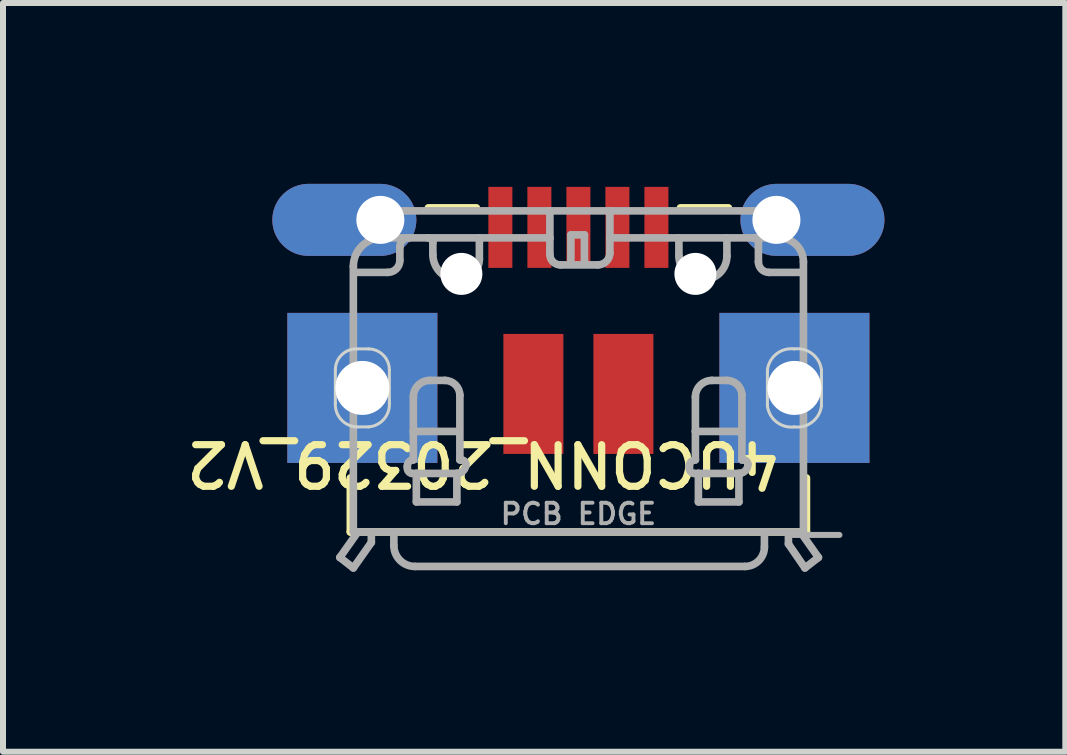
<source format=kicad_pcb>
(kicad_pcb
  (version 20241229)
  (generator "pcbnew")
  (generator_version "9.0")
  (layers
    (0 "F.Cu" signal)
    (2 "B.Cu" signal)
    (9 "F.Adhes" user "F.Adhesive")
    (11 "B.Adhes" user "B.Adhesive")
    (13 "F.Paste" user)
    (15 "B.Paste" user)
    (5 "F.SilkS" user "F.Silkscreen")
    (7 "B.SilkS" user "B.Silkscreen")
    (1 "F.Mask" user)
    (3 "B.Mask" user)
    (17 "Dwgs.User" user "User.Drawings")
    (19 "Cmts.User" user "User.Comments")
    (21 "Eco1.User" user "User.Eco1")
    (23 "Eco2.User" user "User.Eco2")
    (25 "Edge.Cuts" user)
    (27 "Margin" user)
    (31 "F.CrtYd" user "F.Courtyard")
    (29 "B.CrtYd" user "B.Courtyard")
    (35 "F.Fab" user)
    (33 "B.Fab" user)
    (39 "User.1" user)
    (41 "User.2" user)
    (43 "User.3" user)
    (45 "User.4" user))
  (footprint "4UCONN_20329_V2"
    (layer "F.Cu")
    (at 6.588 1.514)
    (property "Reference" "4UCONN_20329_V2" (at -6.588 3.566 180) (unlocked yes) (layer "F.SilkS") (effects (font (size 0.693 0.693) (thickness 0.12)) (justify right top)))
    (fp_poly (pts (xy -1.55 -0.05) (xy -1.05 -0.05) (xy -1.05 -1.5) (xy -1.55 -1.5)) (stroke (width 0) (type default)) (fill yes) (layer "F.Mask"))
    (fp_poly (pts (xy -0.9 -0.05) (xy -0.4 -0.05) (xy -0.4 -1.5) (xy -0.9 -1.5)) (stroke (width 0) (type default)) (fill yes) (layer "F.Mask"))
    (fp_poly (pts (xy -0.25 -0.05) (xy 0.25 -0.05) (xy 0.25 -1.5) (xy -0.25 -1.5)) (stroke (width 0) (type default)) (fill yes) (layer "F.Mask"))
    (fp_poly (pts (xy 0.4 -0.05) (xy 0.9 -0.05) (xy 0.9 -1.5) (xy 0.4 -1.5)) (stroke (width 0) (type default)) (fill yes) (layer "F.Mask"))
    (fp_poly (pts (xy 1.05 -0.05) (xy 1.55 -0.05) (xy 1.55 -1.5) (xy 1.05 -1.5)) (stroke (width 0) (type default)) (fill yes) (layer "F.Mask"))
    (fp_line (start -3.8 3.4) (end -3.8 4.3) (stroke (width 0.127) (type solid)) (layer "F.SilkS"))
    (fp_line (start -3.8 4.3) (end 3.8 4.3) (stroke (width 0.127) (type solid)) (layer "F.SilkS"))
    (fp_line (start -2.5 -1.1) (end -1.7 -1.1) (stroke (width 0.127) (type solid)) (layer "F.SilkS"))
    (fp_line (start 1.7 -1.1) (end 2.5 -1.1) (stroke (width 0.127) (type solid)) (layer "F.SilkS"))
    (fp_line (start 3.8 4.3) (end 3.8 3.4) (stroke (width 0.127) (type solid)) (layer "F.SilkS"))
    (fp_poly (pts (xy -4.85 3.15) (xy -2.35 3.15) (xy -2.35 0.65) (xy -4.85 0.65)) (stroke (width 0) (type default)) (fill yes) (layer "F.Paste"))
    (fp_poly (pts (xy 2.35 3.15) (xy 4.85 3.15) (xy 4.85 0.65) (xy 2.35 0.65)) (stroke (width 0) (type default)) (fill yes) (layer "F.Paste"))
    (fp_poly (pts (xy -3.186 -1.499) (xy -3.03 -1.442) (xy -2.893 -1.346) (xy -2.786 -1.219) (xy -2.715 -1.067) (xy -2.686 -0.9) (xy -2.715 -0.733) (xy -2.786 -0.581) (xy -2.893 -0.454) (xy -3.03 -0.358) (xy -3.186 -0.301) (xy -3.347 -0.286) (xy -4.457 -0.286) (xy -4.767 -0.355) (xy -4.907 -0.454) (xy -5.014 -0.581) (xy -5.085 -0.733) (xy -5.115 -0.904) (xy -5.017 -1.215) (xy -4.907 -1.346) (xy -4.77 -1.442) (xy -4.614 -1.499) (xy -4.453 -1.514) (xy -3.347 -1.514)) (stroke (width 0) (type default)) (fill yes) (layer "F.Paste"))
    (fp_poly (pts (xy 4.614 -1.499) (xy 4.77 -1.442) (xy 4.907 -1.346) (xy 5.014 -1.219) (xy 5.085 -1.067) (xy 5.114 -0.9) (xy 5.085 -0.733) (xy 5.014 -0.581) (xy 4.907 -0.454) (xy 4.77 -0.358) (xy 4.614 -0.301) (xy 4.453 -0.286) (xy 3.343 -0.286) (xy 3.033 -0.355) (xy 2.893 -0.454) (xy 2.786 -0.581) (xy 2.715 -0.733) (xy 2.685 -0.904) (xy 2.783 -1.215) (xy 2.893 -1.346) (xy 3.03 -1.442) (xy 3.186 -1.499) (xy 3.347 -1.514) (xy 4.453 -1.514)) (stroke (width 0) (type default)) (fill yes) (layer "F.Paste"))
    (fp_line (start -4.05 2.15) (end -4.05 1.6) (stroke (width 0.05) (type solid)) (layer "Edge.Cuts"))
    (fp_line (start -3.7 1.25) (end -3.5 1.25) (stroke (width 0.05) (type solid)) (layer "Edge.Cuts"))
    (fp_line (start -3.5 2.55) (end -3.7 2.55) (stroke (width 0.05) (type solid)) (layer "Edge.Cuts"))
    (fp_line (start -3.15 1.6) (end -3.15 2.15) (stroke (width 0.05) (type solid)) (layer "Edge.Cuts"))
    (fp_line (start 3.15 2.2) (end 3.15 1.6) (stroke (width 0.05) (type solid)) (layer "Edge.Cuts"))
    (fp_line (start 4.05 1.6) (end 4.05 2.2) (stroke (width 0.05) (type solid)) (layer "Edge.Cuts"))
    (fp_arc (start -4.05 1.6) (mid -3.947487 1.352513) (end -3.7 1.25) (stroke (width 0.05) (type solid)) (layer "Edge.Cuts"))
    (fp_arc (start -3.7 2.55) (mid -3.957843 2.422487) (end -4.05 2.15) (stroke (width 0.05) (type solid)) (layer "Edge.Cuts"))
    (fp_arc (start -3.5 1.25) (mid -3.252513 1.352513) (end -3.15 1.6) (stroke (width 0.05) (type solid)) (layer "Edge.Cuts"))
    (fp_arc (start -3.15 2.15) (mid -3.242157 2.422487) (end -3.5 2.55) (stroke (width 0.05) (type solid)) (layer "Edge.Cuts"))
    (fp_arc (start 3.15 1.6) (mid 3.302513 1.331802) (end 3.6 1.25) (stroke (width 0.05) (type solid)) (layer "Edge.Cuts"))
    (fp_arc (start 3.6 1.25) (mid 3.897487 1.331802) (end 4.05 1.6) (stroke (width 0.05) (type solid)) (layer "Edge.Cuts"))
    (fp_arc (start 3.6 2.55) (mid 3.302513 2.468198) (end 3.15 2.2) (stroke (width 0.05) (type solid)) (layer "Edge.Cuts"))
    (fp_arc (start 4.05 2.2) (mid 3.897487 2.468198) (end 3.6 2.55) (stroke (width 0.05) (type solid)) (layer "Edge.Cuts"))
    (fp_line (start -3.975 4.725) (end -3.75 4.9) (stroke (width 0.127) (type solid)) (layer "F.Fab"))
    (fp_line (start -3.975 4.725) (end -3.675 4.3) (stroke (width 0.127) (type solid)) (layer "F.Fab"))
    (fp_line (start -3.75 -0.125) (end -3.75 4.3) (stroke (width 0.127) (type solid)) (layer "F.Fab"))
    (fp_line (start -3.75 4.3) (end -3.675 4.3) (stroke (width 0.127) (type solid)) (layer "F.Fab"))
    (fp_line (start -3.75 4.9) (end -3.45 4.475) (stroke (width 0.127) (type solid)) (layer "F.Fab"))
    (fp_line (start -3.725 -0.025) (end -3.175 -0.025) (stroke (width 0.127) (type solid)) (layer "F.Fab"))
    (fp_line (start -3.675 4.3) (end -3.45 4.3) (stroke (width 0.127) (type solid)) (layer "F.Fab"))
    (fp_line (start -3.575 -1.05) (end -0.475 -1.05) (stroke (width 0.127) (type solid)) (layer "F.Fab"))
    (fp_line (start -3.575 -0.75) (end -3.575 -1.05) (stroke (width 0.127) (type solid)) (layer "F.Fab"))
    (fp_line (start -3.45 4.3) (end -3.075 4.3) (stroke (width 0.127) (type solid)) (layer "F.Fab"))
    (fp_line (start -3.45 4.475) (end -3.45 4.3) (stroke (width 0.127) (type solid)) (layer "F.Fab"))
    (fp_line (start -3.425 -0.75) (end -3.575 -0.75) (stroke (width 0.127) (type solid)) (layer "F.Fab"))
    (fp_line (start -3.425 -0.625) (end -3.425 -0.75) (stroke (width 0.127) (type solid)) (layer "F.Fab"))
    (fp_line (start -3.075 4.3) (end -3.075 4.525) (stroke (width 0.127) (type solid)) (layer "F.Fab"))
    (fp_line (start -3.075 4.3) (end 3.1 4.3) (stroke (width 0.127) (type solid)) (layer "F.Fab"))
    (fp_line (start -2.975 -0.225) (end -2.975 -0.45) (stroke (width 0.127) (type solid)) (layer "F.Fab"))
    (fp_line (start -2.85 3.225) (end -2.85 3.2) (stroke (width 0.127) (type solid)) (layer "F.Fab"))
    (fp_line (start -2.825 -0.6) (end -3.275 -0.6) (stroke (width 0.127) (type solid)) (layer "F.Fab"))
    (fp_line (start -2.825 -0.6) (end -2.5 -0.6) (stroke (width 0.127) (type solid)) (layer "F.Fab"))
    (fp_line (start -2.75 2.625) (end -2.75 2.05) (stroke (width 0.127) (type solid)) (layer "F.Fab"))
    (fp_line (start -2.75 2.625) (end -2 2.625) (stroke (width 0.127) (type solid)) (layer "F.Fab"))
    (fp_line (start -2.75 3.1) (end -2.75 2.625) (stroke (width 0.127) (type solid)) (layer "F.Fab"))
    (fp_line (start -2.725 4.875) (end 2.775 4.875) (stroke (width 0.127) (type solid)) (layer "F.Fab"))
    (fp_line (start -2.7 3.325) (end -2.775 3.325) (stroke (width 0.127) (type solid)) (layer "F.Fab"))
    (fp_line (start -2.7 3.325) (end -2 3.325) (stroke (width 0.127) (type solid)) (layer "F.Fab"))
    (fp_line (start -2.7 3.8) (end -2.7 3.325) (stroke (width 0.127) (type solid)) (layer "F.Fab"))
    (fp_line (start -2.475 1.775) (end -2.225 1.775) (stroke (width 0.127) (type solid)) (layer "F.Fab"))
    (fp_line (start -2.425 -0.525) (end -2.425 -0.325) (stroke (width 0.127) (type solid)) (layer "F.Fab"))
    (fp_line (start -2.025 3.325) (end -2.025 3.8) (stroke (width 0.127) (type solid)) (layer "F.Fab"))
    (fp_line (start -2.025 3.8) (end -2.7 3.8) (stroke (width 0.127) (type solid)) (layer "F.Fab"))
    (fp_line (start -1.975 2.025) (end -1.975 3.1) (stroke (width 0.127) (type solid)) (layer "F.Fab"))
    (fp_line (start -1.975 3.1) (end -1.95 3.1) (stroke (width 0.127) (type solid)) (layer "F.Fab"))
    (fp_line (start -1.65 -0.6) (end -2.5 -0.6) (stroke (width 0.127) (type solid)) (layer "F.Fab"))
    (fp_line (start -1.65 -0.25) (end -1.65 -0.6) (stroke (width 0.127) (type solid)) (layer "F.Fab"))
    (fp_line (start -0.475 -1.05) (end 0.525 -1.05) (stroke (width 0.127) (type solid)) (layer "F.Fab"))
    (fp_line (start -0.475 -0.6) (end -1.65 -0.6) (stroke (width 0.127) (type solid)) (layer "F.Fab"))
    (fp_line (start -0.475 -0.6) (end -0.475 -1.05) (stroke (width 0.127) (type solid)) (layer "F.Fab"))
    (fp_line (start -0.475 -0.325) (end -0.475 -0.6) (stroke (width 0.127) (type solid)) (layer "F.Fab"))
    (fp_line (start -0.125 -0.65) (end 0.1 -0.65) (stroke (width 0.127) (type solid)) (layer "F.Fab"))
    (fp_line (start -0.125 -0.175) (end -0.125 -0.65) (stroke (width 0.127) (type solid)) (layer "F.Fab"))
    (fp_line (start 0.1 -0.65) (end 0.1 -0.175) (stroke (width 0.127) (type solid)) (layer "F.Fab"))
    (fp_line (start 0.325 -0.15) (end -0.3 -0.15) (stroke (width 0.127) (type solid)) (layer "F.Fab"))
    (fp_line (start 0.525 -1.05) (end 0.525 -0.6) (stroke (width 0.127) (type solid)) (layer "F.Fab"))
    (fp_line (start 0.525 -1.05) (end 3.6 -1.05) (stroke (width 0.127) (type solid)) (layer "F.Fab"))
    (fp_line (start 0.525 -0.6) (end 0.525 -0.35) (stroke (width 0.127) (type solid)) (layer "F.Fab"))
    (fp_line (start 1.675 -0.6) (end 0.525 -0.6) (stroke (width 0.127) (type solid)) (layer "F.Fab"))
    (fp_line (start 1.675 -0.6) (end 1.675 -0.3) (stroke (width 0.127) (type solid)) (layer "F.Fab"))
    (fp_line (start 1.85 3.225) (end 1.85 3.2) (stroke (width 0.127) (type solid)) (layer "F.Fab"))
    (fp_line (start 1.95 2.625) (end 1.95 2.05) (stroke (width 0.127) (type solid)) (layer "F.Fab"))
    (fp_line (start 1.95 2.625) (end 2.7 2.625) (stroke (width 0.127) (type solid)) (layer "F.Fab"))
    (fp_line (start 1.95 3.1) (end 1.95 2.625) (stroke (width 0.127) (type solid)) (layer "F.Fab"))
    (fp_line (start 2 3.325) (end 1.925 3.325) (stroke (width 0.127) (type solid)) (layer "F.Fab"))
    (fp_line (start 2 3.325) (end 2.7 3.325) (stroke (width 0.127) (type solid)) (layer "F.Fab"))
    (fp_line (start 2 3.8) (end 2 3.325) (stroke (width 0.127) (type solid)) (layer "F.Fab"))
    (fp_line (start 2.225 1.775) (end 2.475 1.775) (stroke (width 0.127) (type solid)) (layer "F.Fab"))
    (fp_line (start 2.475 -0.6) (end 1.675 -0.6) (stroke (width 0.127) (type solid)) (layer "F.Fab"))
    (fp_line (start 2.475 -0.6) (end 2.925 -0.6) (stroke (width 0.127) (type solid)) (layer "F.Fab"))
    (fp_line (start 2.475 -0.3) (end 2.475 -0.6) (stroke (width 0.127) (type solid)) (layer "F.Fab"))
    (fp_line (start 2.675 3.325) (end 2.675 3.8) (stroke (width 0.127) (type solid)) (layer "F.Fab"))
    (fp_line (start 2.675 3.8) (end 2 3.8) (stroke (width 0.127) (type solid)) (layer "F.Fab"))
    (fp_line (start 2.725 2.025) (end 2.725 3.1) (stroke (width 0.127) (type solid)) (layer "F.Fab"))
    (fp_line (start 2.725 3.1) (end 2.75 3.1) (stroke (width 0.127) (type solid)) (layer "F.Fab"))
    (fp_line (start 3 -0.525) (end 3 -0.2) (stroke (width 0.127) (type solid)) (layer "F.Fab"))
    (fp_line (start 3.1 4.3) (end 3.7 4.3) (stroke (width 0.127) (type solid)) (layer "F.Fab"))
    (fp_line (start 3.1 4.55) (end 3.1 4.3) (stroke (width 0.127) (type solid)) (layer "F.Fab"))
    (fp_line (start 3.175 -0.025) (end 3.725 -0.025) (stroke (width 0.127) (type solid)) (layer "F.Fab"))
    (fp_line (start 3.35 -0.775) (end 3.35 -0.6) (stroke (width 0.127) (type solid)) (layer "F.Fab"))
    (fp_line (start 3.35 -0.6) (end 2.925 -0.6) (stroke (width 0.127) (type solid)) (layer "F.Fab"))
    (fp_line (start 3.5 4.35) (end 4.35 4.35) (stroke (width 0.1) (type solid)) (layer "F.Fab"))
    (fp_line (start 3.5 4.5) (end 3.5 4.35) (stroke (width 0.127) (type solid)) (layer "F.Fab"))
    (fp_line (start 3.6 -1.05) (end 3.6 -0.775) (stroke (width 0.127) (type solid)) (layer "F.Fab"))
    (fp_line (start 3.6 -0.775) (end 3.35 -0.775) (stroke (width 0.127) (type solid)) (layer "F.Fab"))
    (fp_line (start 3.7 4.3) (end 3.75 4.3) (stroke (width 0.127) (type solid)) (layer "F.Fab"))
    (fp_line (start 3.7 4.3) (end 4 4.725) (stroke (width 0.127) (type solid)) (layer "F.Fab"))
    (fp_line (start 3.75 4.3) (end 3.75 -0.2) (stroke (width 0.127) (type solid)) (layer "F.Fab"))
    (fp_line (start 3.775 4.9) (end 3.5 4.5) (stroke (width 0.127) (type solid)) (layer "F.Fab"))
    (fp_line (start 4 4.725) (end 3.775 4.9) (stroke (width 0.127) (type solid)) (layer "F.Fab"))
    (fp_arc (start -3.750001 -0.124999) (mid -3.610876 -0.460875) (end -3.275 -0.6) (stroke (width 0.127) (type solid)) (layer "F.Fab"))
    (fp_arc (start -2.975 -0.45) (mid -2.931066 -0.556066) (end -2.825 -0.6) (stroke (width 0.127) (type solid)) (layer "F.Fab"))
    (fp_arc (start -2.975 -0.225) (mid -3.033579 -0.083579) (end -3.175 -0.025) (stroke (width 0.127) (type solid)) (layer "F.Fab"))
    (fp_arc (start -2.85 3.2) (mid -2.820711 3.129289) (end -2.75 3.1) (stroke (width 0.127) (type solid)) (layer "F.Fab"))
    (fp_arc (start -2.775 3.325) (mid -2.833211 3.290533) (end -2.85 3.225) (stroke (width 0.127) (type solid)) (layer "F.Fab"))
    (fp_arc (start -2.75 2.05) (mid -2.669454 1.855546) (end -2.475 1.775) (stroke (width 0.127) (type solid)) (layer "F.Fab"))
    (fp_arc (start -2.725 4.875) (mid -2.972487 4.772487) (end -3.075 4.525) (stroke (width 0.127) (type solid)) (layer "F.Fab"))
    (fp_arc (start -2.5 -0.6) (mid -2.446967 -0.578033) (end -2.425 -0.525) (stroke (width 0.127) (type solid)) (layer "F.Fab"))
    (fp_arc (start -2.225 1.775) (mid -2.048223 1.848223) (end -1.975 2.025) (stroke (width 0.127) (type solid)) (layer "F.Fab"))
    (fp_arc (start -2 0.1) (mid -2.30052 -0.02448) (end -2.425 -0.325) (stroke (width 0.127) (type solid)) (layer "F.Fab"))
    (fp_arc (start -1.95 3.1) (mid -1.896967 3.121967) (end -1.875 3.175) (stroke (width 0.127) (type solid)) (layer "F.Fab"))
    (fp_arc (start -1.875 3.175) (mid -1.918934 3.281066) (end -2.025 3.325) (stroke (width 0.127) (type solid)) (layer "F.Fab"))
    (fp_arc (start -1.65 -0.25) (mid -1.752513 -0.002513) (end -2 0.1) (stroke (width 0.127) (type solid)) (layer "F.Fab"))
    (fp_arc (start -0.3 -0.15) (mid -0.423744 -0.201256) (end -0.475 -0.325) (stroke (width 0.127) (type solid)) (layer "F.Fab"))
    (fp_arc (start 0.525 -0.35) (mid 0.466421 -0.208579) (end 0.325 -0.15) (stroke (width 0.127) (type solid)) (layer "F.Fab"))
    (fp_arc (start 1.85 3.2) (mid 1.879289 3.129289) (end 1.95 3.1) (stroke (width 0.127) (type solid)) (layer "F.Fab"))
    (fp_arc (start 1.925 3.325) (mid 1.866789 3.290533) (end 1.85 3.225) (stroke (width 0.127) (type solid)) (layer "F.Fab"))
    (fp_arc (start 1.95 2.05) (mid 2.030546 1.855546) (end 2.225 1.775) (stroke (width 0.127) (type solid)) (layer "F.Fab"))
    (fp_arc (start 2.075 0.1) (mid 1.792157 -0.017157) (end 1.675 -0.3) (stroke (width 0.127) (type solid)) (layer "F.Fab"))
    (fp_arc (start 2.475 -0.3) (mid 2.357843 -0.017157) (end 2.075 0.1) (stroke (width 0.127) (type solid)) (layer "F.Fab"))
    (fp_arc (start 2.475 1.775) (mid 2.651777 1.848223) (end 2.725 2.025) (stroke (width 0.127) (type solid)) (layer "F.Fab"))
    (fp_arc (start 2.75 3.1) (mid 2.803033 3.121967) (end 2.825 3.175) (stroke (width 0.127) (type solid)) (layer "F.Fab"))
    (fp_arc (start 2.825 3.175) (mid 2.781066 3.281066) (end 2.675 3.325) (stroke (width 0.127) (type solid)) (layer "F.Fab"))
    (fp_arc (start 2.925 -0.6) (mid 2.978033 -0.578033) (end 3 -0.525) (stroke (width 0.127) (type solid)) (layer "F.Fab"))
    (fp_arc (start 3.1 4.55) (mid 3.00481 4.77981) (end 2.775 4.875) (stroke (width 0.127) (type solid)) (layer "F.Fab"))
    (fp_arc (start 3.175 -0.025) (mid 3.051256 -0.076256) (end 3 -0.2) (stroke (width 0.127) (type solid)) (layer "F.Fab"))
    (fp_arc (start 3.349999 -0.599999) (mid 3.632842 -0.482842) (end 3.75 -0.2) (stroke (width 0.127) (type solid)) (layer "F.Fab"))
    (fp_text user "PCB EDGE" (at 0 4 0) (unlocked yes) (layer "F.Fab") (effects (font (size 0.341 0.341) (thickness 0.065))))
    (pad "" np_thru_hole circle (at -1.95 0) (size 0.7 0.7) (drill 0.7) (layers "*.Cu" "*.Mask"))
    (pad "" np_thru_hole circle (at 1.95 0) (size 0.7 0.7) (drill 0.7) (layers "*.Cu" "*.Mask"))
    (pad "BASE@1" smd rect (at -0.75 2 90) (size 2 1) (layers "F.Cu" "F.Mask" "F.Paste"))
    (pad "BASE@2" smd rect (at 0.75 2 90) (size 2 1) (layers "F.Cu" "F.Mask" "F.Paste"))
    (pad "D+" smd rect (at 0 -0.775) (size 0.4 1.35) (layers "F.Cu" "F.Paste"))
    (pad "D-" smd rect (at -0.65 -0.775) (size 0.4 1.35) (layers "F.Cu" "F.Paste"))
    (pad "GND" smd rect (at 1.3 -0.775) (size 0.4 1.35) (layers "F.Cu" "F.Paste"))
    (pad "ID" smd rect (at 0.65 -0.775) (size 0.4 1.35) (layers "F.Cu" "F.Paste"))
    (pad "SPRT@1" thru_hole oval (at -3.3 -0.9 180) (size 2.4 1.2) (drill 0.8 (offset 0.6 0)) (layers "*.Cu" "*.Mask"))
    (pad "SPRT@2" thru_hole oval (at 3.3 -0.9) (size 2.4 1.2) (drill 0.8 (offset 0.6 0)) (layers "*.Cu" "*.Mask"))
    (pad "SPRT@3" thru_hole rect (at -3.6 1.9 90) (size 2.5 2.5) (drill 0.9) (layers "*.Cu" "*.Mask"))
    (pad "SPRT@4" thru_hole rect (at 3.6 1.9 90) (size 2.5 2.5) (drill 0.9) (layers "*.Cu" "*.Mask"))
    (pad "VBUS" smd rect (at -1.3 -0.775) (size 0.4 1.35) (layers "F.Cu" "F.Paste")))
  (gr_rect
    (start -3 -3)
    (end 14.702 9.477)
    (stroke (width 0.1) (type default))
    (fill no)
    (layer "Edge.Cuts")))
</source>
